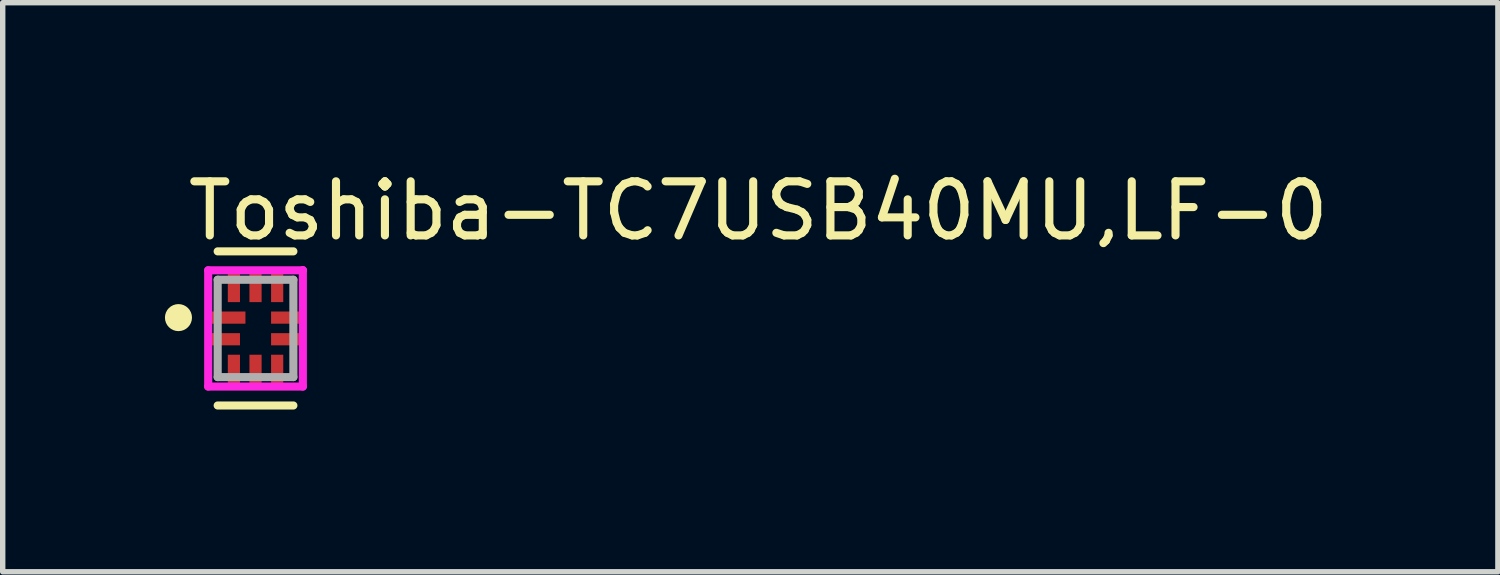
<source format=kicad_pcb>
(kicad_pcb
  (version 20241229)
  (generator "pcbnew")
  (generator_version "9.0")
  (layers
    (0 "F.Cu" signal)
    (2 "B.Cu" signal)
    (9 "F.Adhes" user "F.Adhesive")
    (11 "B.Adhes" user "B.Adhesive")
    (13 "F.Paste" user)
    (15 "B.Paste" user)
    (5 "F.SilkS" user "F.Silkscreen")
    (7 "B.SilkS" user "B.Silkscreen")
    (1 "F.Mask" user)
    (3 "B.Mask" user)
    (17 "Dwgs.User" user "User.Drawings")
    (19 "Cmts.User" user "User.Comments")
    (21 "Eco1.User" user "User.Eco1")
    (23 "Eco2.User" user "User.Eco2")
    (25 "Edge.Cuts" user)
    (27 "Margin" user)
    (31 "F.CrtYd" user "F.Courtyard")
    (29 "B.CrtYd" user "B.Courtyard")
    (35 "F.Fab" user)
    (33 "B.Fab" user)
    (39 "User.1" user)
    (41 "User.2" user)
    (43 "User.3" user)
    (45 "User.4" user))
  (footprint "Toshiba-TC7USB40MU,LF-0"
    (layer "F.Cu")
    (at 1.675 3.023)
    (property "Reference" "Toshiba-TC7USB40MU,LF-0" (at -1.325 -2.175 0) (layer "F.SilkS") (effects (font (size 1 1) (thickness 0.15)) (justify left)))
    (attr through_hole)
    (fp_line (start -0.7 -1.425) (end 0.7 -1.425) (stroke (width 0.15) (type solid)) (layer "F.SilkS"))
    (fp_line (start -0.7 1.425) (end 0.7 1.425) (stroke (width 0.15) (type solid)) (layer "F.SilkS"))
    (fp_circle (center -1.425 -0.2) (end -1.3 -0.2) (stroke (width 0.25) (type solid)) (fill no) (layer "F.SilkS"))
    (fp_line (start -0.875 -1.075) (end -0.875 1.075) (stroke (width 0.15) (type solid)) (layer "F.CrtYd"))
    (fp_line (start -0.875 1.075) (end 0.875 1.075) (stroke (width 0.15) (type solid)) (layer "F.CrtYd"))
    (fp_line (start 0.875 -1.075) (end -0.875 -1.075) (stroke (width 0.15) (type solid)) (layer "F.CrtYd"))
    (fp_line (start 0.875 -1.075) (end 0.875 -1.075) (stroke (width 0.15) (type solid)) (layer "F.CrtYd"))
    (fp_line (start 0.875 1.075) (end 0.875 -1.075) (stroke (width 0.15) (type solid)) (layer "F.CrtYd"))
    (fp_line (start -0.7 -0.9) (end 0.7 -0.9) (stroke (width 0.15) (type solid)) (layer "F.Fab"))
    (fp_line (start -0.7 0.9) (end -0.7 -0.9) (stroke (width 0.15) (type solid)) (layer "F.Fab"))
    (fp_line (start 0.7 -0.9) (end 0.7 0.9) (stroke (width 0.15) (type solid)) (layer "F.Fab"))
    (fp_line (start 0.7 0.9) (end -0.7 0.9) (stroke (width 0.15) (type solid)) (layer "F.Fab"))
    (pad "1" smd rect (at -0.518 -0.2) (size 0.663 0.225) (layers "F.Cu" "F.Mask" "F.Paste"))
    (pad "2" smd rect (at -0.569 0.2) (size 0.563 0.225) (layers "F.Cu" "F.Mask" "F.Paste"))
    (pad "3" smd rect (at -0.4 0.768) (size 0.225 0.563) (layers "F.Cu" "F.Mask" "F.Paste"))
    (pad "4" smd rect (at 0 0.768) (size 0.225 0.563) (layers "F.Cu" "F.Mask" "F.Paste"))
    (pad "5" smd rect (at 0.4 0.768) (size 0.225 0.563) (layers "F.Cu" "F.Mask" "F.Paste"))
    (pad "6" smd rect (at 0.569 0.2) (size 0.563 0.225) (layers "F.Cu" "F.Mask" "F.Paste"))
    (pad "7" smd rect (at 0.569 -0.2) (size 0.563 0.225) (layers "F.Cu" "F.Mask" "F.Paste"))
    (pad "8" smd rect (at 0.4 -0.768) (size 0.225 0.563) (layers "F.Cu" "F.Mask" "F.Paste"))
    (pad "9" smd rect (at 0 -0.768) (size 0.225 0.563) (layers "F.Cu" "F.Mask" "F.Paste"))
    (pad "10" smd rect (at -0.4 -0.768) (size 0.225 0.563) (layers "F.Cu" "F.Mask" "F.Paste")))
  (gr_rect
    (start -3 -3)
    (end 24.648 7.523)
    (stroke (width 0.1) (type default))
    (fill no)
    (layer "Edge.Cuts")))
</source>
